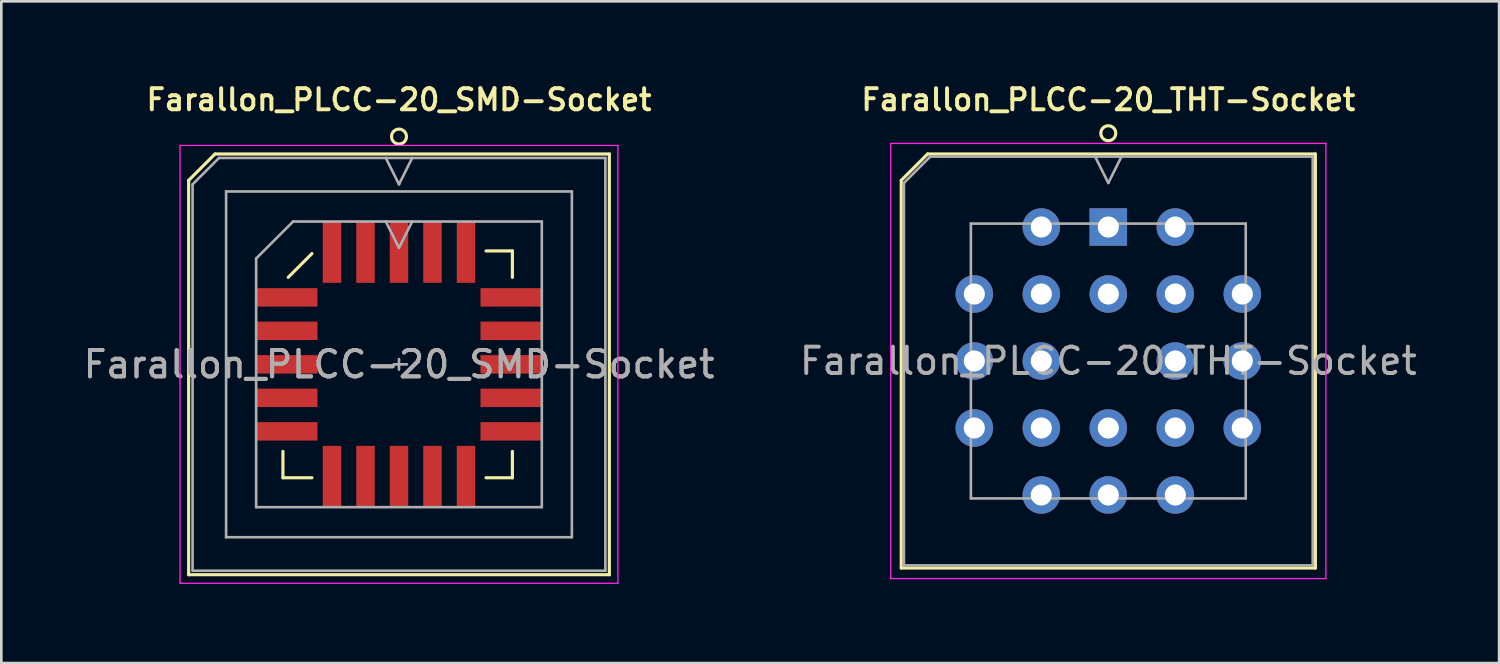
<source format=kicad_pcb>
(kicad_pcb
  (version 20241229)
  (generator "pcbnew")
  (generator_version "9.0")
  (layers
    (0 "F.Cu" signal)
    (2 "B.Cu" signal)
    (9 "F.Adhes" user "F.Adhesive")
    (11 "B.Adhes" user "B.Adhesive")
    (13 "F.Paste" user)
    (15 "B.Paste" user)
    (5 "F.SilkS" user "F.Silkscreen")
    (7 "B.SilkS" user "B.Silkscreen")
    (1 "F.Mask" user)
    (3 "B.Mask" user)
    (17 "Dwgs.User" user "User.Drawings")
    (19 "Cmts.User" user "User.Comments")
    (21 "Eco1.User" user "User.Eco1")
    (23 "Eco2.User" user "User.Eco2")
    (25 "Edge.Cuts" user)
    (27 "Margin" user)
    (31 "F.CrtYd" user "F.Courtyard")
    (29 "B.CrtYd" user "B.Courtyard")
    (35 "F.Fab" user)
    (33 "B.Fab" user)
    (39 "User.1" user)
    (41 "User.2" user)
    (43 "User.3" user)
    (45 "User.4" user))
  (footprint "Farallon_PLCC-20_SMD-Socket"
    (layer "F.Cu")
    (at 12.077 10.764)
    (property "Reference" "Farallon_PLCC-20_SMD-Socket" (at 0 -10.033 0) (layer "F.SilkS") (effects (font (size 0.8 0.8) (thickness 0.15))))
    (attr smd)
    (fp_line (start -7.975 -6.975) (end -7.975 7.975) (stroke (width 0.12) (type solid)) (layer "F.SilkS"))
    (fp_line (start -7.975 7.975) (end 7.975 7.975) (stroke (width 0.12) (type solid)) (layer "F.SilkS"))
    (fp_line (start -6.975 -7.975) (end -7.975 -6.975) (stroke (width 0.12) (type solid)) (layer "F.SilkS"))
    (fp_line (start -4.4 3.3) (end -4.4 4.3) (stroke (width 0.12) (type default)) (layer "F.SilkS"))
    (fp_line (start -4.4 4.3) (end -3.3 4.3) (stroke (width 0.12) (type default)) (layer "F.SilkS"))
    (fp_line (start -3.3 -4.2) (end -4.2 -3.3) (stroke (width 0.12) (type default)) (layer "F.SilkS"))
    (fp_line (start 3.3 4.3) (end 4.3 4.3) (stroke (width 0.12) (type default)) (layer "F.SilkS"))
    (fp_line (start 4.3 -4.3) (end 3.3 -4.3) (stroke (width 0.12) (type default)) (layer "F.SilkS"))
    (fp_line (start 4.3 -3.3) (end 4.3 -4.3) (stroke (width 0.12) (type default)) (layer "F.SilkS"))
    (fp_line (start 4.3 4.3) (end 4.3 3.3) (stroke (width 0.12) (type default)) (layer "F.SilkS"))
    (fp_line (start 7.975 -7.975) (end -6.975 -7.975) (stroke (width 0.12) (type solid)) (layer "F.SilkS"))
    (fp_line (start 7.975 7.975) (end 7.975 -7.975) (stroke (width 0.12) (type solid)) (layer "F.SilkS"))
    (fp_circle (center 0 -8.636) (end -0.2 -8.436) (stroke (width 0.12) (type default)) (fill no) (layer "F.SilkS"))
    (fp_line (start -8.3 -8.3) (end -8.3 8.3) (stroke (width 0.05) (type solid)) (layer "F.CrtYd"))
    (fp_line (start -8.3 8.3) (end 8.3 8.3) (stroke (width 0.05) (type solid)) (layer "F.CrtYd"))
    (fp_line (start 8.3 -8.3) (end -8.3 -8.3) (stroke (width 0.05) (type solid)) (layer "F.CrtYd"))
    (fp_line (start 8.3 8.3) (end 8.3 -8.3) (stroke (width 0.05) (type solid)) (layer "F.CrtYd"))
    (fp_line (start -7.825 -6.825) (end -7.825 7.825) (stroke (width 0.1) (type solid)) (layer "F.Fab"))
    (fp_line (start -7.825 7.825) (end 7.825 7.825) (stroke (width 0.1) (type solid)) (layer "F.Fab"))
    (fp_line (start -6.825 -7.825) (end -7.825 -6.825) (stroke (width 0.1) (type solid)) (layer "F.Fab"))
    (fp_line (start -6.555 -6.555) (end -6.555 6.555) (stroke (width 0.1) (type solid)) (layer "F.Fab"))
    (fp_line (start -6.555 6.555) (end 6.555 6.555) (stroke (width 0.1) (type solid)) (layer "F.Fab"))
    (fp_line (start -5.415 -4.015) (end -5.415 5.415) (stroke (width 0.1) (type solid)) (layer "F.Fab"))
    (fp_line (start -5.415 5.415) (end 5.415 5.415) (stroke (width 0.1) (type solid)) (layer "F.Fab"))
    (fp_line (start -4.015 -5.415) (end -5.415 -4.015) (stroke (width 0.1) (type solid)) (layer "F.Fab"))
    (fp_line (start -0.5 -7.825) (end 0 -6.825) (stroke (width 0.1) (type solid)) (layer "F.Fab"))
    (fp_line (start -0.5 -5.415) (end 0 -4.415) (stroke (width 0.1) (type solid)) (layer "F.Fab"))
    (fp_line (start -0.2 0) (end 0.3 0) (stroke (width 0.1) (type default)) (layer "F.Fab"))
    (fp_line (start 0 -6.825) (end 0.5 -7.825) (stroke (width 0.1) (type solid)) (layer "F.Fab"))
    (fp_line (start 0 -4.415) (end 0.5 -5.415) (stroke (width 0.1) (type solid)) (layer "F.Fab"))
    (fp_line (start 0 -0.2) (end 0 0.2) (stroke (width 0.1) (type default)) (layer "F.Fab"))
    (fp_line (start 5.415 -5.415) (end -4.015 -5.415) (stroke (width 0.1) (type solid)) (layer "F.Fab"))
    (fp_line (start 5.415 5.415) (end 5.415 -5.415) (stroke (width 0.1) (type solid)) (layer "F.Fab"))
    (fp_line (start 6.555 -6.555) (end -6.555 -6.555) (stroke (width 0.1) (type solid)) (layer "F.Fab"))
    (fp_line (start 6.555 6.555) (end 6.555 -6.555) (stroke (width 0.1) (type solid)) (layer "F.Fab"))
    (fp_line (start 7.825 -7.825) (end -6.825 -7.825) (stroke (width 0.1) (type solid)) (layer "F.Fab"))
    (fp_line (start 7.825 7.825) (end 7.825 -7.825) (stroke (width 0.1) (type solid)) (layer "F.Fab"))
    (fp_text user "${REFERENCE}" (at 0 0 0) (layer "F.Fab") (effects (font (size 1 1) (thickness 0.15))))
    (fp_text user "${REFERENCE}" (at 0 0 0) (layer "F.Fab") (effects (font (size 1 1) (thickness 0.15))))
    (pad "1" smd rect (at 0 -4.253) (size 0.7 2.325) (layers "F.Cu" "F.Mask" "F.Paste"))
    (pad "2" smd rect (at -1.27 -4.253) (size 0.7 2.325) (layers "F.Cu" "F.Mask" "F.Paste"))
    (pad "3" smd rect (at -2.54 -4.253) (size 0.7 2.325) (layers "F.Cu" "F.Mask" "F.Paste"))
    (pad "4" smd rect (at -4.253 -2.54) (size 2.325 0.7) (layers "F.Cu" "F.Mask" "F.Paste"))
    (pad "5" smd rect (at -4.253 -1.27) (size 2.325 0.7) (layers "F.Cu" "F.Mask" "F.Paste"))
    (pad "6" smd rect (at -4.253 0) (size 2.325 0.7) (layers "F.Cu" "F.Mask" "F.Paste"))
    (pad "7" smd rect (at -4.253 1.27) (size 2.325 0.7) (layers "F.Cu" "F.Mask" "F.Paste"))
    (pad "8" smd rect (at -4.253 2.54) (size 2.325 0.7) (layers "F.Cu" "F.Mask" "F.Paste"))
    (pad "9" smd rect (at -2.54 4.253) (size 0.7 2.325) (layers "F.Cu" "F.Mask" "F.Paste"))
    (pad "10" smd rect (at -1.27 4.253) (size 0.7 2.325) (layers "F.Cu" "F.Mask" "F.Paste"))
    (pad "11" smd rect (at 0 4.253) (size 0.7 2.325) (layers "F.Cu" "F.Mask" "F.Paste"))
    (pad "12" smd rect (at 1.27 4.253) (size 0.7 2.325) (layers "F.Cu" "F.Mask" "F.Paste"))
    (pad "13" smd rect (at 2.54 4.253) (size 0.7 2.325) (layers "F.Cu" "F.Mask" "F.Paste"))
    (pad "14" smd rect (at 4.253 2.54) (size 2.325 0.7) (layers "F.Cu" "F.Mask" "F.Paste"))
    (pad "15" smd rect (at 4.253 1.27) (size 2.325 0.7) (layers "F.Cu" "F.Mask" "F.Paste"))
    (pad "16" smd rect (at 4.253 0) (size 2.325 0.7) (layers "F.Cu" "F.Mask" "F.Paste"))
    (pad "17" smd rect (at 4.253 -1.27) (size 2.325 0.7) (layers "F.Cu" "F.Mask" "F.Paste"))
    (pad "18" smd rect (at 4.253 -2.54) (size 2.325 0.7) (layers "F.Cu" "F.Mask" "F.Paste"))
    (pad "19" smd rect (at 2.54 -4.253) (size 0.7 2.325) (layers "F.Cu" "F.Mask" "F.Paste"))
    (pad "20" smd rect (at 1.27 -4.253) (size 0.7 2.325) (layers "F.Cu" "F.Mask" "F.Paste")))
  (footprint "Farallon_PLCC-20_THT-Socket"
    (layer "F.Cu")
    (at 38.97 5.557)
    (property "Reference" "Farallon_PLCC-20_THT-Socket" (at 0 -4.826 0) (layer "F.SilkS") (effects (font (size 0.8 0.8) (thickness 0.15))))
    (attr through_hole)
    (fp_line (start -7.85 -1.77) (end -7.85 12.93) (stroke (width 0.12) (type solid)) (layer "F.SilkS"))
    (fp_line (start -7.85 12.93) (end 7.85 12.93) (stroke (width 0.12) (type solid)) (layer "F.SilkS"))
    (fp_line (start -6.85 -2.77) (end -7.85 -1.77) (stroke (width 0.12) (type solid)) (layer "F.SilkS"))
    (fp_line (start 7.85 -2.77) (end -6.85 -2.77) (stroke (width 0.12) (type solid)) (layer "F.SilkS"))
    (fp_line (start 7.85 12.93) (end 7.85 -2.77) (stroke (width 0.12) (type solid)) (layer "F.SilkS"))
    (fp_circle (center 0 -3.556) (end -0.2 -3.356) (stroke (width 0.12) (type default)) (fill no) (layer "F.SilkS"))
    (fp_line (start -8.25 -3.17) (end -8.25 13.33) (stroke (width 0.05) (type solid)) (layer "F.CrtYd"))
    (fp_line (start -8.25 13.33) (end 8.25 13.33) (stroke (width 0.05) (type solid)) (layer "F.CrtYd"))
    (fp_line (start 8.25 -3.17) (end -8.25 -3.17) (stroke (width 0.05) (type solid)) (layer "F.CrtYd"))
    (fp_line (start 8.25 13.33) (end 8.25 -3.17) (stroke (width 0.05) (type solid)) (layer "F.CrtYd"))
    (fp_line (start -7.75 -1.67) (end -7.75 12.83) (stroke (width 0.1) (type solid)) (layer "F.Fab"))
    (fp_line (start -7.75 12.83) (end 7.75 12.83) (stroke (width 0.1) (type solid)) (layer "F.Fab"))
    (fp_line (start -6.75 -2.67) (end -7.75 -1.67) (stroke (width 0.1) (type solid)) (layer "F.Fab"))
    (fp_line (start -5.21 -0.13) (end -5.21 10.29) (stroke (width 0.1) (type solid)) (layer "F.Fab"))
    (fp_line (start -5.21 10.29) (end 5.21 10.29) (stroke (width 0.1) (type solid)) (layer "F.Fab"))
    (fp_line (start -0.5 -2.67) (end 0 -1.67) (stroke (width 0.1) (type solid)) (layer "F.Fab"))
    (fp_line (start 0 -1.67) (end 0.5 -2.67) (stroke (width 0.1) (type solid)) (layer "F.Fab"))
    (fp_line (start 5.21 -0.13) (end -5.21 -0.13) (stroke (width 0.1) (type solid)) (layer "F.Fab"))
    (fp_line (start 5.21 10.29) (end 5.21 -0.13) (stroke (width 0.1) (type solid)) (layer "F.Fab"))
    (fp_line (start 7.75 -2.67) (end -6.75 -2.67) (stroke (width 0.1) (type solid)) (layer "F.Fab"))
    (fp_line (start 7.75 12.83) (end 7.75 -2.67) (stroke (width 0.1) (type solid)) (layer "F.Fab"))
    (fp_text user "${REFERENCE}" (at 0 5.08 0) (layer "F.Fab") (effects (font (size 1 1) (thickness 0.15))))
    (pad "1" thru_hole rect (at 0 0) (size 1.422 1.422) (drill 0.8) (layers "*.Cu" "*.Mask"))
    (pad "2" thru_hole circle (at 0 2.54) (size 1.422 1.422) (drill 0.8) (layers "*.Cu" "*.Mask"))
    (pad "3" thru_hole circle (at -2.54 0) (size 1.422 1.422) (drill 0.8) (layers "*.Cu" "*.Mask"))
    (pad "4" thru_hole circle (at -5.08 2.54) (size 1.422 1.422) (drill 0.8) (layers "*.Cu" "*.Mask"))
    (pad "5" thru_hole circle (at -2.54 2.54) (size 1.422 1.422) (drill 0.8) (layers "*.Cu" "*.Mask"))
    (pad "6" thru_hole circle (at -5.08 5.08) (size 1.422 1.422) (drill 0.8) (layers "*.Cu" "*.Mask"))
    (pad "7" thru_hole circle (at -2.54 5.08) (size 1.422 1.422) (drill 0.8) (layers "*.Cu" "*.Mask"))
    (pad "8" thru_hole circle (at -5.08 7.62) (size 1.422 1.422) (drill 0.8) (layers "*.Cu" "*.Mask"))
    (pad "9" thru_hole circle (at -2.54 10.16) (size 1.422 1.422) (drill 0.8) (layers "*.Cu" "*.Mask"))
    (pad "10" thru_hole circle (at -2.54 7.62) (size 1.422 1.422) (drill 0.8) (layers "*.Cu" "*.Mask"))
    (pad "11" thru_hole circle (at 0 10.16) (size 1.422 1.422) (drill 0.8) (layers "*.Cu" "*.Mask"))
    (pad "12" thru_hole circle (at 0 7.62) (size 1.422 1.422) (drill 0.8) (layers "*.Cu" "*.Mask"))
    (pad "13" thru_hole circle (at 2.54 10.16) (size 1.422 1.422) (drill 0.8) (layers "*.Cu" "*.Mask"))
    (pad "14" thru_hole circle (at 5.08 7.62) (size 1.422 1.422) (drill 0.8) (layers "*.Cu" "*.Mask"))
    (pad "15" thru_hole circle (at 2.54 7.62) (size 1.422 1.422) (drill 0.8) (layers "*.Cu" "*.Mask"))
    (pad "16" thru_hole circle (at 5.08 5.08) (size 1.422 1.422) (drill 0.8) (layers "*.Cu" "*.Mask"))
    (pad "17" thru_hole circle (at 2.54 5.08) (size 1.422 1.422) (drill 0.8) (layers "*.Cu" "*.Mask"))
    (pad "18" thru_hole circle (at 5.08 2.54) (size 1.422 1.422) (drill 0.8) (layers "*.Cu" "*.Mask"))
    (pad "19" thru_hole circle (at 2.54 0) (size 1.422 1.422) (drill 0.8) (layers "*.Cu" "*.Mask"))
    (pad "20" thru_hole circle (at 2.54 2.54) (size 1.422 1.422) (drill 0.8) (layers "*.Cu" "*.Mask")))
  (gr_rect
    (start -3 -3)
    (end 53.786 22.089)
    (stroke (width 0.1) (type default))
    (fill no)
    (layer "Edge.Cuts")))
</source>
